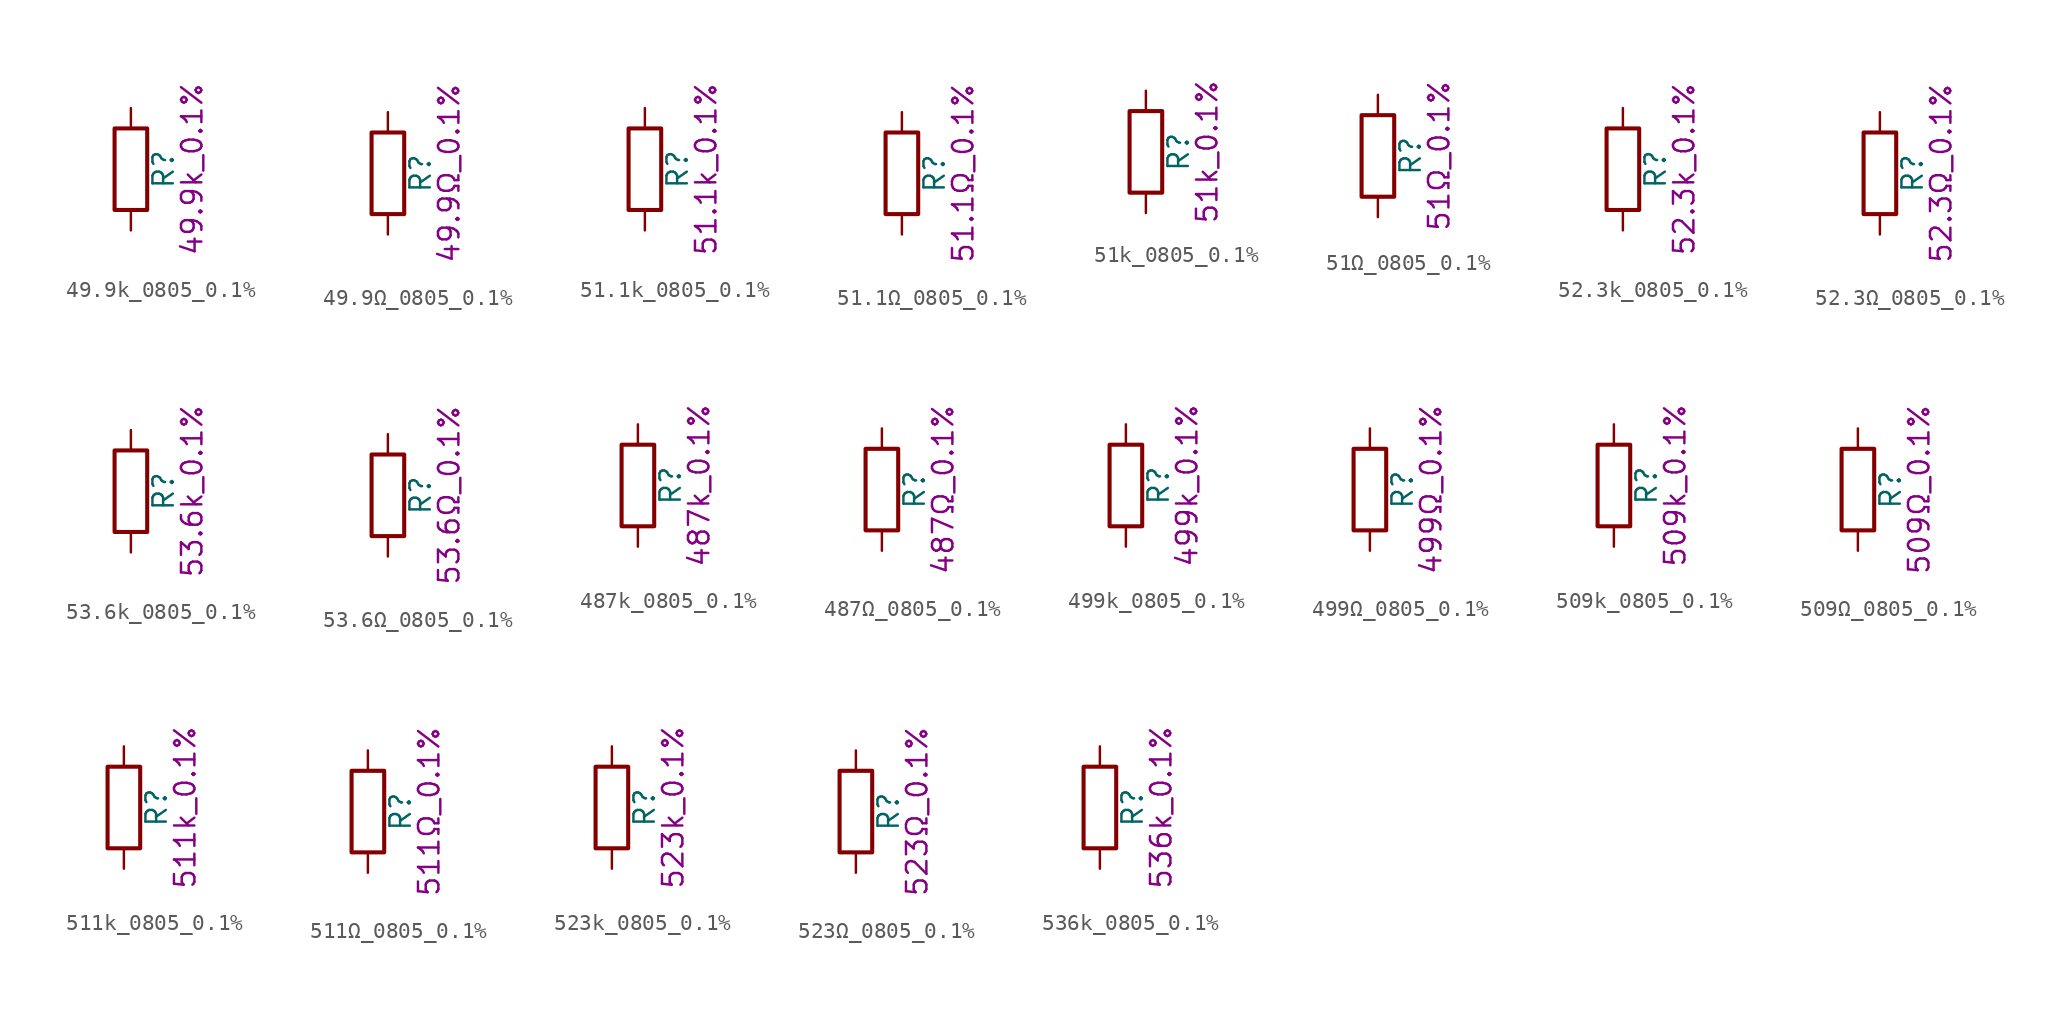
<source format=kicad_sym>
(kicad_symbol_lib
  (version 20211014)
  (generator kicad_symbol_editor)
  (symbol "49.9k_0805_0.1%"
    (pin_numbers hide)
    (pin_names
      (offset 0))
    (property "Reference" "R"
      (at 2.032 0 90)
      (effects (font (size 1.27 1.27))))
    (property "Display" "49.9k_0.1%"
      (at 3.81 0 90)
      (effects (font (size 1.27 1.27))))
    (symbol "49.9k_0805_0.1%_0_1"
      (rectangle (start -1.016 -2.54) (end 1.016 2.54) (stroke (width 0.254) (type default) (color 0 0 0 0)) (fill (type none))))
    (symbol "49.9k_0805_0.1%_1_1"
      (pin passive line (at 0 3.81 270) (length 1.27) (name "~" (effects (font (size 1.27 1.27)))) (number "1" (effects (font (size 1.27 1.27)))))
      (pin passive line (at 0 -3.81 90) (length 1.27) (name "~" (effects (font (size 1.27 1.27)))) (number "2" (effects (font (size 1.27 1.27)))))))
  (symbol "49.9Ω_0805_0.1%"
    (pin_numbers hide)
    (pin_names
      (offset 0))
    (property "Reference" "R"
      (at 2.032 0 90)
      (effects (font (size 1.27 1.27))))
    (property "Display" "49.9Ω_0.1%"
      (at 3.81 0 90)
      (effects (font (size 1.27 1.27))))
    (symbol "49.9Ω_0805_0.1%_0_1"
      (rectangle (start -1.016 -2.54) (end 1.016 2.54) (stroke (width 0.254) (type default) (color 0 0 0 0)) (fill (type none))))
    (symbol "49.9Ω_0805_0.1%_1_1"
      (pin passive line (at 0 3.81 270) (length 1.27) (name "~" (effects (font (size 1.27 1.27)))) (number "1" (effects (font (size 1.27 1.27)))))
      (pin passive line (at 0 -3.81 90) (length 1.27) (name "~" (effects (font (size 1.27 1.27)))) (number "2" (effects (font (size 1.27 1.27)))))))
  (symbol "51.1k_0805_0.1%"
    (pin_numbers hide)
    (pin_names
      (offset 0))
    (property "Reference" "R"
      (at 2.032 0 90)
      (effects (font (size 1.27 1.27))))
    (property "Display" "51.1k_0.1%"
      (at 3.81 0 90)
      (effects (font (size 1.27 1.27))))
    (symbol "51.1k_0805_0.1%_0_1"
      (rectangle (start -1.016 -2.54) (end 1.016 2.54) (stroke (width 0.254) (type default) (color 0 0 0 0)) (fill (type none))))
    (symbol "51.1k_0805_0.1%_1_1"
      (pin passive line (at 0 3.81 270) (length 1.27) (name "~" (effects (font (size 1.27 1.27)))) (number "1" (effects (font (size 1.27 1.27)))))
      (pin passive line (at 0 -3.81 90) (length 1.27) (name "~" (effects (font (size 1.27 1.27)))) (number "2" (effects (font (size 1.27 1.27)))))))
  (symbol "51.1Ω_0805_0.1%"
    (pin_numbers hide)
    (pin_names
      (offset 0))
    (property "Reference" "R"
      (at 2.032 0 90)
      (effects (font (size 1.27 1.27))))
    (property "Display" "51.1Ω_0.1%"
      (at 3.81 0 90)
      (effects (font (size 1.27 1.27))))
    (symbol "51.1Ω_0805_0.1%_0_1"
      (rectangle (start -1.016 -2.54) (end 1.016 2.54) (stroke (width 0.254) (type default) (color 0 0 0 0)) (fill (type none))))
    (symbol "51.1Ω_0805_0.1%_1_1"
      (pin passive line (at 0 3.81 270) (length 1.27) (name "~" (effects (font (size 1.27 1.27)))) (number "1" (effects (font (size 1.27 1.27)))))
      (pin passive line (at 0 -3.81 90) (length 1.27) (name "~" (effects (font (size 1.27 1.27)))) (number "2" (effects (font (size 1.27 1.27)))))))
  (symbol "51k_0805_0.1%"
    (pin_numbers hide)
    (pin_names
      (offset 0))
    (property "Reference" "R"
      (at 2.032 0 90)
      (effects (font (size 1.27 1.27))))
    (property "Display" "51k_0.1%"
      (at 3.81 0 90)
      (effects (font (size 1.27 1.27))))
    (symbol "51k_0805_0.1%_0_1"
      (rectangle (start -1.016 -2.54) (end 1.016 2.54) (stroke (width 0.254) (type default) (color 0 0 0 0)) (fill (type none))))
    (symbol "51k_0805_0.1%_1_1"
      (pin passive line (at 0 3.81 270) (length 1.27) (name "~" (effects (font (size 1.27 1.27)))) (number "1" (effects (font (size 1.27 1.27)))))
      (pin passive line (at 0 -3.81 90) (length 1.27) (name "~" (effects (font (size 1.27 1.27)))) (number "2" (effects (font (size 1.27 1.27)))))))
  (symbol "51Ω_0805_0.1%"
    (pin_numbers hide)
    (pin_names
      (offset 0))
    (property "Reference" "R"
      (at 2.032 0 90)
      (effects (font (size 1.27 1.27))))
    (property "Display" "51Ω_0.1%"
      (at 3.81 0 90)
      (effects (font (size 1.27 1.27))))
    (symbol "51Ω_0805_0.1%_0_1"
      (rectangle (start -1.016 -2.54) (end 1.016 2.54) (stroke (width 0.254) (type default) (color 0 0 0 0)) (fill (type none))))
    (symbol "51Ω_0805_0.1%_1_1"
      (pin passive line (at 0 3.81 270) (length 1.27) (name "~" (effects (font (size 1.27 1.27)))) (number "1" (effects (font (size 1.27 1.27)))))
      (pin passive line (at 0 -3.81 90) (length 1.27) (name "~" (effects (font (size 1.27 1.27)))) (number "2" (effects (font (size 1.27 1.27)))))))
  (symbol "52.3k_0805_0.1%"
    (pin_numbers hide)
    (pin_names
      (offset 0))
    (property "Reference" "R"
      (at 2.032 0 90)
      (effects (font (size 1.27 1.27))))
    (property "Display" "52.3k_0.1%"
      (at 3.81 0 90)
      (effects (font (size 1.27 1.27))))
    (symbol "52.3k_0805_0.1%_0_1"
      (rectangle (start -1.016 -2.54) (end 1.016 2.54) (stroke (width 0.254) (type default) (color 0 0 0 0)) (fill (type none))))
    (symbol "52.3k_0805_0.1%_1_1"
      (pin passive line (at 0 3.81 270) (length 1.27) (name "~" (effects (font (size 1.27 1.27)))) (number "1" (effects (font (size 1.27 1.27)))))
      (pin passive line (at 0 -3.81 90) (length 1.27) (name "~" (effects (font (size 1.27 1.27)))) (number "2" (effects (font (size 1.27 1.27)))))))
  (symbol "52.3Ω_0805_0.1%"
    (pin_numbers hide)
    (pin_names
      (offset 0))
    (property "Reference" "R"
      (at 2.032 0 90)
      (effects (font (size 1.27 1.27))))
    (property "Display" "52.3Ω_0.1%"
      (at 3.81 0 90)
      (effects (font (size 1.27 1.27))))
    (symbol "52.3Ω_0805_0.1%_0_1"
      (rectangle (start -1.016 -2.54) (end 1.016 2.54) (stroke (width 0.254) (type default) (color 0 0 0 0)) (fill (type none))))
    (symbol "52.3Ω_0805_0.1%_1_1"
      (pin passive line (at 0 3.81 270) (length 1.27) (name "~" (effects (font (size 1.27 1.27)))) (number "1" (effects (font (size 1.27 1.27)))))
      (pin passive line (at 0 -3.81 90) (length 1.27) (name "~" (effects (font (size 1.27 1.27)))) (number "2" (effects (font (size 1.27 1.27)))))))
  (symbol "53.6k_0805_0.1%"
    (pin_numbers hide)
    (pin_names
      (offset 0))
    (property "Reference" "R"
      (at 2.032 0 90)
      (effects (font (size 1.27 1.27))))
    (property "Display" "53.6k_0.1%"
      (at 3.81 0 90)
      (effects (font (size 1.27 1.27))))
    (symbol "53.6k_0805_0.1%_0_1"
      (rectangle (start -1.016 -2.54) (end 1.016 2.54) (stroke (width 0.254) (type default) (color 0 0 0 0)) (fill (type none))))
    (symbol "53.6k_0805_0.1%_1_1"
      (pin passive line (at 0 3.81 270) (length 1.27) (name "~" (effects (font (size 1.27 1.27)))) (number "1" (effects (font (size 1.27 1.27)))))
      (pin passive line (at 0 -3.81 90) (length 1.27) (name "~" (effects (font (size 1.27 1.27)))) (number "2" (effects (font (size 1.27 1.27)))))))
  (symbol "53.6Ω_0805_0.1%"
    (pin_numbers hide)
    (pin_names
      (offset 0))
    (property "Reference" "R"
      (at 2.032 0 90)
      (effects (font (size 1.27 1.27))))
    (property "Display" "53.6Ω_0.1%"
      (at 3.81 0 90)
      (effects (font (size 1.27 1.27))))
    (symbol "53.6Ω_0805_0.1%_0_1"
      (rectangle (start -1.016 -2.54) (end 1.016 2.54) (stroke (width 0.254) (type default) (color 0 0 0 0)) (fill (type none))))
    (symbol "53.6Ω_0805_0.1%_1_1"
      (pin passive line (at 0 3.81 270) (length 1.27) (name "~" (effects (font (size 1.27 1.27)))) (number "1" (effects (font (size 1.27 1.27)))))
      (pin passive line (at 0 -3.81 90) (length 1.27) (name "~" (effects (font (size 1.27 1.27)))) (number "2" (effects (font (size 1.27 1.27)))))))
  (symbol "487k_0805_0.1%"
    (pin_numbers hide)
    (pin_names
      (offset 0))
    (property "Reference" "R"
      (at 2.032 0 90)
      (effects (font (size 1.27 1.27))))
    (property "Display" "487k_0.1%"
      (at 3.81 0 90)
      (effects (font (size 1.27 1.27))))
    (symbol "487k_0805_0.1%_0_1"
      (rectangle (start -1.016 -2.54) (end 1.016 2.54) (stroke (width 0.254) (type default) (color 0 0 0 0)) (fill (type none))))
    (symbol "487k_0805_0.1%_1_1"
      (pin passive line (at 0 3.81 270) (length 1.27) (name "~" (effects (font (size 1.27 1.27)))) (number "1" (effects (font (size 1.27 1.27)))))
      (pin passive line (at 0 -3.81 90) (length 1.27) (name "~" (effects (font (size 1.27 1.27)))) (number "2" (effects (font (size 1.27 1.27)))))))
  (symbol "487Ω_0805_0.1%"
    (pin_numbers hide)
    (pin_names
      (offset 0))
    (property "Reference" "R"
      (at 2.032 0 90)
      (effects (font (size 1.27 1.27))))
    (property "Display" "487Ω_0.1%"
      (at 3.81 0 90)
      (effects (font (size 1.27 1.27))))
    (symbol "487Ω_0805_0.1%_0_1"
      (rectangle (start -1.016 -2.54) (end 1.016 2.54) (stroke (width 0.254) (type default) (color 0 0 0 0)) (fill (type none))))
    (symbol "487Ω_0805_0.1%_1_1"
      (pin passive line (at 0 3.81 270) (length 1.27) (name "~" (effects (font (size 1.27 1.27)))) (number "1" (effects (font (size 1.27 1.27)))))
      (pin passive line (at 0 -3.81 90) (length 1.27) (name "~" (effects (font (size 1.27 1.27)))) (number "2" (effects (font (size 1.27 1.27)))))))
  (symbol "499k_0805_0.1%"
    (pin_numbers hide)
    (pin_names
      (offset 0))
    (property "Reference" "R"
      (at 2.032 0 90)
      (effects (font (size 1.27 1.27))))
    (property "Display" "499k_0.1%"
      (at 3.81 0 90)
      (effects (font (size 1.27 1.27))))
    (symbol "499k_0805_0.1%_0_1"
      (rectangle (start -1.016 -2.54) (end 1.016 2.54) (stroke (width 0.254) (type default) (color 0 0 0 0)) (fill (type none))))
    (symbol "499k_0805_0.1%_1_1"
      (pin passive line (at 0 3.81 270) (length 1.27) (name "~" (effects (font (size 1.27 1.27)))) (number "1" (effects (font (size 1.27 1.27)))))
      (pin passive line (at 0 -3.81 90) (length 1.27) (name "~" (effects (font (size 1.27 1.27)))) (number "2" (effects (font (size 1.27 1.27)))))))
  (symbol "499Ω_0805_0.1%"
    (pin_numbers hide)
    (pin_names
      (offset 0))
    (property "Reference" "R"
      (at 2.032 0 90)
      (effects (font (size 1.27 1.27))))
    (property "Display" "499Ω_0.1%"
      (at 3.81 0 90)
      (effects (font (size 1.27 1.27))))
    (symbol "499Ω_0805_0.1%_0_1"
      (rectangle (start -1.016 -2.54) (end 1.016 2.54) (stroke (width 0.254) (type default) (color 0 0 0 0)) (fill (type none))))
    (symbol "499Ω_0805_0.1%_1_1"
      (pin passive line (at 0 3.81 270) (length 1.27) (name "~" (effects (font (size 1.27 1.27)))) (number "1" (effects (font (size 1.27 1.27)))))
      (pin passive line (at 0 -3.81 90) (length 1.27) (name "~" (effects (font (size 1.27 1.27)))) (number "2" (effects (font (size 1.27 1.27)))))))
  (symbol "509k_0805_0.1%"
    (pin_numbers hide)
    (pin_names
      (offset 0))
    (property "Reference" "R"
      (at 2.032 0 90)
      (effects (font (size 1.27 1.27))))
    (property "Display" "509k_0.1%"
      (at 3.81 0 90)
      (effects (font (size 1.27 1.27))))
    (symbol "509k_0805_0.1%_0_1"
      (rectangle (start -1.016 -2.54) (end 1.016 2.54) (stroke (width 0.254) (type default) (color 0 0 0 0)) (fill (type none))))
    (symbol "509k_0805_0.1%_1_1"
      (pin passive line (at 0 3.81 270) (length 1.27) (name "~" (effects (font (size 1.27 1.27)))) (number "1" (effects (font (size 1.27 1.27)))))
      (pin passive line (at 0 -3.81 90) (length 1.27) (name "~" (effects (font (size 1.27 1.27)))) (number "2" (effects (font (size 1.27 1.27)))))))
  (symbol "509Ω_0805_0.1%"
    (pin_numbers hide)
    (pin_names
      (offset 0))
    (property "Reference" "R"
      (at 2.032 0 90)
      (effects (font (size 1.27 1.27))))
    (property "Display" "509Ω_0.1%"
      (at 3.81 0 90)
      (effects (font (size 1.27 1.27))))
    (symbol "509Ω_0805_0.1%_0_1"
      (rectangle (start -1.016 -2.54) (end 1.016 2.54) (stroke (width 0.254) (type default) (color 0 0 0 0)) (fill (type none))))
    (symbol "509Ω_0805_0.1%_1_1"
      (pin passive line (at 0 3.81 270) (length 1.27) (name "~" (effects (font (size 1.27 1.27)))) (number "1" (effects (font (size 1.27 1.27)))))
      (pin passive line (at 0 -3.81 90) (length 1.27) (name "~" (effects (font (size 1.27 1.27)))) (number "2" (effects (font (size 1.27 1.27)))))))
  (symbol "511k_0805_0.1%"
    (pin_numbers hide)
    (pin_names
      (offset 0))
    (property "Reference" "R"
      (at 2.032 0 90)
      (effects (font (size 1.27 1.27))))
    (property "Display" "511k_0.1%"
      (at 3.81 0 90)
      (effects (font (size 1.27 1.27))))
    (symbol "511k_0805_0.1%_0_1"
      (rectangle (start -1.016 -2.54) (end 1.016 2.54) (stroke (width 0.254) (type default) (color 0 0 0 0)) (fill (type none))))
    (symbol "511k_0805_0.1%_1_1"
      (pin passive line (at 0 3.81 270) (length 1.27) (name "~" (effects (font (size 1.27 1.27)))) (number "1" (effects (font (size 1.27 1.27)))))
      (pin passive line (at 0 -3.81 90) (length 1.27) (name "~" (effects (font (size 1.27 1.27)))) (number "2" (effects (font (size 1.27 1.27)))))))
  (symbol "511Ω_0805_0.1%"
    (pin_numbers hide)
    (pin_names
      (offset 0))
    (property "Reference" "R"
      (at 2.032 0 90)
      (effects (font (size 1.27 1.27))))
    (property "Display" "511Ω_0.1%"
      (at 3.81 0 90)
      (effects (font (size 1.27 1.27))))
    (symbol "511Ω_0805_0.1%_0_1"
      (rectangle (start -1.016 -2.54) (end 1.016 2.54) (stroke (width 0.254) (type default) (color 0 0 0 0)) (fill (type none))))
    (symbol "511Ω_0805_0.1%_1_1"
      (pin passive line (at 0 3.81 270) (length 1.27) (name "~" (effects (font (size 1.27 1.27)))) (number "1" (effects (font (size 1.27 1.27)))))
      (pin passive line (at 0 -3.81 90) (length 1.27) (name "~" (effects (font (size 1.27 1.27)))) (number "2" (effects (font (size 1.27 1.27)))))))
  (symbol "523k_0805_0.1%"
    (pin_numbers hide)
    (pin_names
      (offset 0))
    (property "Reference" "R"
      (at 2.032 0 90)
      (effects (font (size 1.27 1.27))))
    (property "Display" "523k_0.1%"
      (at 3.81 0 90)
      (effects (font (size 1.27 1.27))))
    (symbol "523k_0805_0.1%_0_1"
      (rectangle (start -1.016 -2.54) (end 1.016 2.54) (stroke (width 0.254) (type default) (color 0 0 0 0)) (fill (type none))))
    (symbol "523k_0805_0.1%_1_1"
      (pin passive line (at 0 3.81 270) (length 1.27) (name "~" (effects (font (size 1.27 1.27)))) (number "1" (effects (font (size 1.27 1.27)))))
      (pin passive line (at 0 -3.81 90) (length 1.27) (name "~" (effects (font (size 1.27 1.27)))) (number "2" (effects (font (size 1.27 1.27)))))))
  (symbol "523Ω_0805_0.1%"
    (pin_numbers hide)
    (pin_names
      (offset 0))
    (property "Reference" "R"
      (at 2.032 0 90)
      (effects (font (size 1.27 1.27))))
    (property "Display" "523Ω_0.1%"
      (at 3.81 0 90)
      (effects (font (size 1.27 1.27))))
    (symbol "523Ω_0805_0.1%_0_1"
      (rectangle (start -1.016 -2.54) (end 1.016 2.54) (stroke (width 0.254) (type default) (color 0 0 0 0)) (fill (type none))))
    (symbol "523Ω_0805_0.1%_1_1"
      (pin passive line (at 0 3.81 270) (length 1.27) (name "~" (effects (font (size 1.27 1.27)))) (number "1" (effects (font (size 1.27 1.27)))))
      (pin passive line (at 0 -3.81 90) (length 1.27) (name "~" (effects (font (size 1.27 1.27)))) (number "2" (effects (font (size 1.27 1.27)))))))
  (symbol "536k_0805_0.1%"
    (pin_numbers hide)
    (pin_names
      (offset 0))
    (property "Reference" "R"
      (at 2.032 0 90)
      (effects (font (size 1.27 1.27))))
    (property "Display" "536k_0.1%"
      (at 3.81 0 90)
      (effects (font (size 1.27 1.27))))
    (symbol "536k_0805_0.1%_0_1"
      (rectangle (start -1.016 -2.54) (end 1.016 2.54) (stroke (width 0.254) (type default) (color 0 0 0 0)) (fill (type none))))
    (symbol "536k_0805_0.1%_1_1"
      (pin passive line (at 0 3.81 270) (length 1.27) (name "~" (effects (font (size 1.27 1.27)))) (number "1" (effects (font (size 1.27 1.27)))))
      (pin passive line (at 0 -3.81 90) (length 1.27) (name "~" (effects (font (size 1.27 1.27)))) (number "2" (effects (font (size 1.27 1.27))))))))
</source>
